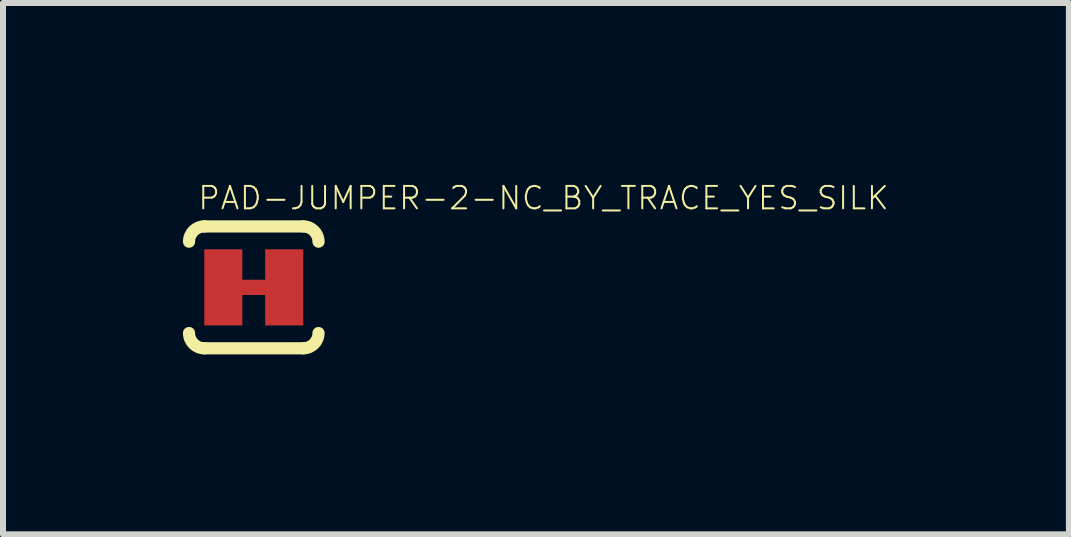
<source format=kicad_pcb>
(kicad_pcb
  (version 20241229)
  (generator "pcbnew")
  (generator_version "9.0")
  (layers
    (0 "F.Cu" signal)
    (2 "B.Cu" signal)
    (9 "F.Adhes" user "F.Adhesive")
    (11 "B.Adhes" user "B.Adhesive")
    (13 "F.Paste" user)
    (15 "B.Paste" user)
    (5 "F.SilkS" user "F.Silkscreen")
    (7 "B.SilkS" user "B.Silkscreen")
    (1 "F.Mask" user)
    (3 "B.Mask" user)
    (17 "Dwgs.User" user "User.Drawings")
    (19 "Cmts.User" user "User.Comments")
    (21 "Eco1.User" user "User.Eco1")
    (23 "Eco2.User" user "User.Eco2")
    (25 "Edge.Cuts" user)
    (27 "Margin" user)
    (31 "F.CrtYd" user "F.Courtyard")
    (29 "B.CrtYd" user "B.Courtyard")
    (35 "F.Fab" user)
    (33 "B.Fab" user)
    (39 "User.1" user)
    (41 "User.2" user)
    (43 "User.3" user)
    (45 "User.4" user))
  (footprint "PAD-JUMPER-2-NC_BY_TRACE_YES_SILK"
    (layer "F.Cu")
    (at 1.181 1.741)
    (property "Reference" "PAD-JUMPER-2-NC_BY_TRACE_YES_SILK" (at -0.953 -1.27 0) (layer "F.SilkS") (effects (font (size 0.374 0.374) (thickness 0.033)) (justify left bottom)))
    (fp_line (start -0.381 0) (end 0.381 0) (stroke (width 0.254) (type solid)) (layer "F.Cu"))
    (fp_line (start -0.826 -1.016) (end 0.826 -1.016) (stroke (width 0.203) (type solid)) (layer "F.SilkS"))
    (fp_line (start 0.826 1.016) (end -0.826 1.016) (stroke (width 0.203) (type solid)) (layer "F.SilkS"))
    (fp_arc (start -1.0795 -0.762) (mid -1.005105 -0.941605) (end -0.8255 -1.016) (stroke (width 0.2032) (type solid)) (layer "F.SilkS"))
    (fp_arc (start -0.8255 1.016) (mid -1.005105 0.941605) (end -1.0795 0.762) (stroke (width 0.2032) (type solid)) (layer "F.SilkS"))
    (fp_arc (start 0.8255 -1.016) (mid 1.005105 -0.941605) (end 1.0795 -0.762) (stroke (width 0.2032) (type solid)) (layer "F.SilkS"))
    (fp_arc (start 1.0795 0.762) (mid 1.005105 0.941605) (end 0.8255 1.016) (stroke (width 0.2032) (type solid)) (layer "F.SilkS"))
    (pad "1" smd rect (at -0.508 0) (size 0.635 1.27) (layers "F.Cu" "F.Mask"))
    (pad "2" smd rect (at 0.508 0) (size 0.635 1.27) (layers "F.Cu" "F.Mask")))
  (gr_rect
    (start -3 -3)
    (end 14.771 5.859)
    (stroke (width 0.1) (type default))
    (fill no)
    (layer "Edge.Cuts")))
</source>
